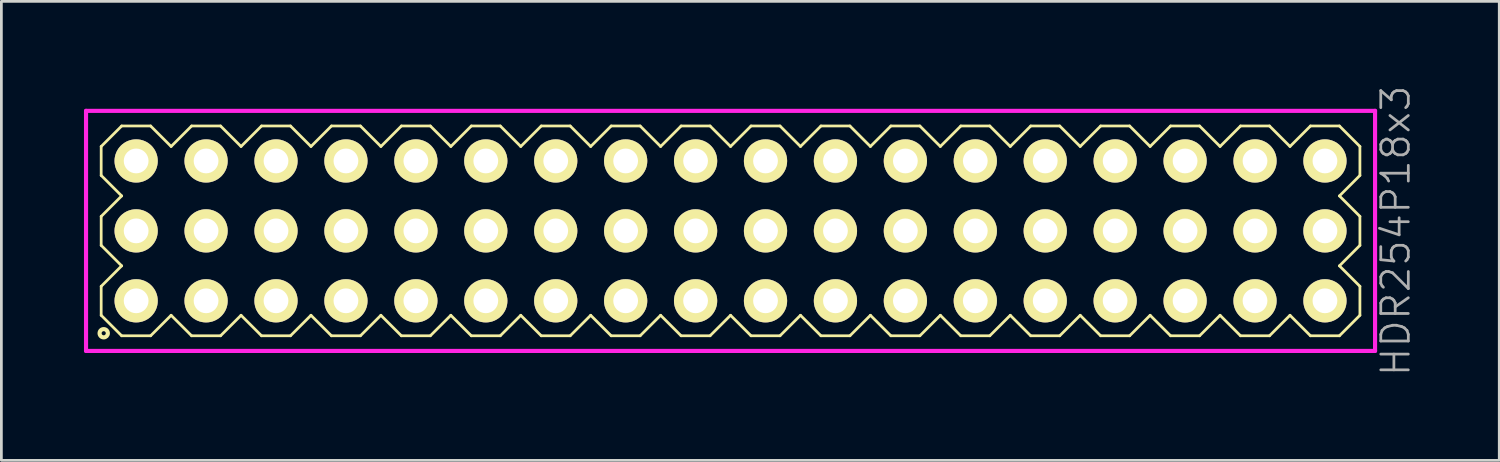
<source format=kicad_pcb>
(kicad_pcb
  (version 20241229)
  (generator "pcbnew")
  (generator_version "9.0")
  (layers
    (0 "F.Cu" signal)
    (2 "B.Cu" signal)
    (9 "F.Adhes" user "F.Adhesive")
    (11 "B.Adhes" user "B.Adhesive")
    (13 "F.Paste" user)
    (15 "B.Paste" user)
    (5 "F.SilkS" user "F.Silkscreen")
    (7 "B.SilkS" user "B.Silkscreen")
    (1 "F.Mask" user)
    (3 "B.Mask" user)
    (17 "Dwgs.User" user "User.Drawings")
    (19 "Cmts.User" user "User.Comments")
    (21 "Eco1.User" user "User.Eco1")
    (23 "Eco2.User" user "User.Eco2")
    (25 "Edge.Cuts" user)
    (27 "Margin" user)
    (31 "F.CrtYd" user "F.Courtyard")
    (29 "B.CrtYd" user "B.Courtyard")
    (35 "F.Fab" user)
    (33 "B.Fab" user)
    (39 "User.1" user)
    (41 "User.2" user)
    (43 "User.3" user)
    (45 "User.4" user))
  (footprint "HDR254P18x3"
    (layer "F.Cu")
    (at 23.485 5.336)
    (property "Reference" "HDR254P18x3" (at 24.16 0 90) (layer "F.Fab") (effects (font (size 1 1) (thickness 0.1))))
    (attr through_hole)
    (fp_line (start -22.86 -3.066) (end -22.116 -3.81) (stroke (width 0.1) (type solid)) (layer "F.SilkS"))
    (fp_line (start -22.86 -2.014) (end -22.86 -3.066) (stroke (width 0.1) (type solid)) (layer "F.SilkS"))
    (fp_line (start -22.86 -0.526) (end -22.116 -1.27) (stroke (width 0.1) (type solid)) (layer "F.SilkS"))
    (fp_line (start -22.86 0.526) (end -22.86 -0.526) (stroke (width 0.1) (type solid)) (layer "F.SilkS"))
    (fp_line (start -22.86 2.014) (end -22.116 1.27) (stroke (width 0.1) (type solid)) (layer "F.SilkS"))
    (fp_line (start -22.86 3.066) (end -22.86 2.014) (stroke (width 0.1) (type solid)) (layer "F.SilkS"))
    (fp_line (start -22.116 -3.81) (end -21.064 -3.81) (stroke (width 0.1) (type solid)) (layer "F.SilkS"))
    (fp_line (start -22.116 -1.27) (end -22.86 -2.014) (stroke (width 0.1) (type solid)) (layer "F.SilkS"))
    (fp_line (start -22.116 1.27) (end -22.86 0.526) (stroke (width 0.1) (type solid)) (layer "F.SilkS"))
    (fp_line (start -22.116 3.81) (end -22.86 3.066) (stroke (width 0.1) (type solid)) (layer "F.SilkS"))
    (fp_line (start -21.064 -3.81) (end -20.32 -3.066) (stroke (width 0.1) (type solid)) (layer "F.SilkS"))
    (fp_line (start -21.064 3.81) (end -22.116 3.81) (stroke (width 0.1) (type solid)) (layer "F.SilkS"))
    (fp_line (start -20.32 -3.066) (end -19.576 -3.81) (stroke (width 0.1) (type solid)) (layer "F.SilkS"))
    (fp_line (start -20.32 3.066) (end -21.064 3.81) (stroke (width 0.1) (type solid)) (layer "F.SilkS"))
    (fp_line (start -19.576 -3.81) (end -18.524 -3.81) (stroke (width 0.1) (type solid)) (layer "F.SilkS"))
    (fp_line (start -19.576 3.81) (end -20.32 3.066) (stroke (width 0.1) (type solid)) (layer "F.SilkS"))
    (fp_line (start -18.524 -3.81) (end -17.78 -3.066) (stroke (width 0.1) (type solid)) (layer "F.SilkS"))
    (fp_line (start -18.524 3.81) (end -19.576 3.81) (stroke (width 0.1) (type solid)) (layer "F.SilkS"))
    (fp_line (start -17.78 -3.066) (end -17.036 -3.81) (stroke (width 0.1) (type solid)) (layer "F.SilkS"))
    (fp_line (start -17.78 3.066) (end -18.524 3.81) (stroke (width 0.1) (type solid)) (layer "F.SilkS"))
    (fp_line (start -17.036 -3.81) (end -15.984 -3.81) (stroke (width 0.1) (type solid)) (layer "F.SilkS"))
    (fp_line (start -17.036 3.81) (end -17.78 3.066) (stroke (width 0.1) (type solid)) (layer "F.SilkS"))
    (fp_line (start -15.984 -3.81) (end -15.24 -3.066) (stroke (width 0.1) (type solid)) (layer "F.SilkS"))
    (fp_line (start -15.984 3.81) (end -17.036 3.81) (stroke (width 0.1) (type solid)) (layer "F.SilkS"))
    (fp_line (start -15.24 -3.066) (end -14.496 -3.81) (stroke (width 0.1) (type solid)) (layer "F.SilkS"))
    (fp_line (start -15.24 3.066) (end -15.984 3.81) (stroke (width 0.1) (type solid)) (layer "F.SilkS"))
    (fp_line (start -14.496 -3.81) (end -13.444 -3.81) (stroke (width 0.1) (type solid)) (layer "F.SilkS"))
    (fp_line (start -14.496 3.81) (end -15.24 3.066) (stroke (width 0.1) (type solid)) (layer "F.SilkS"))
    (fp_line (start -13.444 -3.81) (end -12.7 -3.066) (stroke (width 0.1) (type solid)) (layer "F.SilkS"))
    (fp_line (start -13.444 3.81) (end -14.496 3.81) (stroke (width 0.1) (type solid)) (layer "F.SilkS"))
    (fp_line (start -12.7 -3.066) (end -11.956 -3.81) (stroke (width 0.1) (type solid)) (layer "F.SilkS"))
    (fp_line (start -12.7 3.066) (end -13.444 3.81) (stroke (width 0.1) (type solid)) (layer "F.SilkS"))
    (fp_line (start -11.956 -3.81) (end -10.904 -3.81) (stroke (width 0.1) (type solid)) (layer "F.SilkS"))
    (fp_line (start -11.956 3.81) (end -12.7 3.066) (stroke (width 0.1) (type solid)) (layer "F.SilkS"))
    (fp_line (start -10.904 -3.81) (end -10.16 -3.066) (stroke (width 0.1) (type solid)) (layer "F.SilkS"))
    (fp_line (start -10.904 3.81) (end -11.956 3.81) (stroke (width 0.1) (type solid)) (layer "F.SilkS"))
    (fp_line (start -10.16 -3.066) (end -9.416 -3.81) (stroke (width 0.1) (type solid)) (layer "F.SilkS"))
    (fp_line (start -10.16 3.066) (end -10.904 3.81) (stroke (width 0.1) (type solid)) (layer "F.SilkS"))
    (fp_line (start -9.416 -3.81) (end -8.364 -3.81) (stroke (width 0.1) (type solid)) (layer "F.SilkS"))
    (fp_line (start -9.416 3.81) (end -10.16 3.066) (stroke (width 0.1) (type solid)) (layer "F.SilkS"))
    (fp_line (start -8.364 -3.81) (end -7.62 -3.066) (stroke (width 0.1) (type solid)) (layer "F.SilkS"))
    (fp_line (start -8.364 3.81) (end -9.416 3.81) (stroke (width 0.1) (type solid)) (layer "F.SilkS"))
    (fp_line (start -7.62 -3.066) (end -6.876 -3.81) (stroke (width 0.1) (type solid)) (layer "F.SilkS"))
    (fp_line (start -7.62 3.066) (end -8.364 3.81) (stroke (width 0.1) (type solid)) (layer "F.SilkS"))
    (fp_line (start -6.876 -3.81) (end -5.824 -3.81) (stroke (width 0.1) (type solid)) (layer "F.SilkS"))
    (fp_line (start -6.876 3.81) (end -7.62 3.066) (stroke (width 0.1) (type solid)) (layer "F.SilkS"))
    (fp_line (start -5.824 -3.81) (end -5.08 -3.066) (stroke (width 0.1) (type solid)) (layer "F.SilkS"))
    (fp_line (start -5.824 3.81) (end -6.876 3.81) (stroke (width 0.1) (type solid)) (layer "F.SilkS"))
    (fp_line (start -5.08 -3.066) (end -4.336 -3.81) (stroke (width 0.1) (type solid)) (layer "F.SilkS"))
    (fp_line (start -5.08 3.066) (end -5.824 3.81) (stroke (width 0.1) (type solid)) (layer "F.SilkS"))
    (fp_line (start -4.336 -3.81) (end -3.284 -3.81) (stroke (width 0.1) (type solid)) (layer "F.SilkS"))
    (fp_line (start -4.336 3.81) (end -5.08 3.066) (stroke (width 0.1) (type solid)) (layer "F.SilkS"))
    (fp_line (start -3.284 -3.81) (end -2.54 -3.066) (stroke (width 0.1) (type solid)) (layer "F.SilkS"))
    (fp_line (start -3.284 3.81) (end -4.336 3.81) (stroke (width 0.1) (type solid)) (layer "F.SilkS"))
    (fp_line (start -2.54 -3.066) (end -1.796 -3.81) (stroke (width 0.1) (type solid)) (layer "F.SilkS"))
    (fp_line (start -2.54 3.066) (end -3.284 3.81) (stroke (width 0.1) (type solid)) (layer "F.SilkS"))
    (fp_line (start -1.796 -3.81) (end -0.744 -3.81) (stroke (width 0.1) (type solid)) (layer "F.SilkS"))
    (fp_line (start -1.796 3.81) (end -2.54 3.066) (stroke (width 0.1) (type solid)) (layer "F.SilkS"))
    (fp_line (start -0.744 -3.81) (end 0 -3.066) (stroke (width 0.1) (type solid)) (layer "F.SilkS"))
    (fp_line (start -0.744 3.81) (end -1.796 3.81) (stroke (width 0.1) (type solid)) (layer "F.SilkS"))
    (fp_line (start 0 -3.066) (end 0.744 -3.81) (stroke (width 0.1) (type solid)) (layer "F.SilkS"))
    (fp_line (start 0 3.066) (end -0.744 3.81) (stroke (width 0.1) (type solid)) (layer "F.SilkS"))
    (fp_line (start 0.744 -3.81) (end 1.796 -3.81) (stroke (width 0.1) (type solid)) (layer "F.SilkS"))
    (fp_line (start 0.744 3.81) (end 0 3.066) (stroke (width 0.1) (type solid)) (layer "F.SilkS"))
    (fp_line (start 1.796 -3.81) (end 2.54 -3.066) (stroke (width 0.1) (type solid)) (layer "F.SilkS"))
    (fp_line (start 1.796 3.81) (end 0.744 3.81) (stroke (width 0.1) (type solid)) (layer "F.SilkS"))
    (fp_line (start 2.54 -3.066) (end 3.284 -3.81) (stroke (width 0.1) (type solid)) (layer "F.SilkS"))
    (fp_line (start 2.54 3.066) (end 1.796 3.81) (stroke (width 0.1) (type solid)) (layer "F.SilkS"))
    (fp_line (start 3.284 -3.81) (end 4.336 -3.81) (stroke (width 0.1) (type solid)) (layer "F.SilkS"))
    (fp_line (start 3.284 3.81) (end 2.54 3.066) (stroke (width 0.1) (type solid)) (layer "F.SilkS"))
    (fp_line (start 4.336 -3.81) (end 5.08 -3.066) (stroke (width 0.1) (type solid)) (layer "F.SilkS"))
    (fp_line (start 4.336 3.81) (end 3.284 3.81) (stroke (width 0.1) (type solid)) (layer "F.SilkS"))
    (fp_line (start 5.08 -3.066) (end 5.824 -3.81) (stroke (width 0.1) (type solid)) (layer "F.SilkS"))
    (fp_line (start 5.08 3.066) (end 4.336 3.81) (stroke (width 0.1) (type solid)) (layer "F.SilkS"))
    (fp_line (start 5.824 -3.81) (end 6.876 -3.81) (stroke (width 0.1) (type solid)) (layer "F.SilkS"))
    (fp_line (start 5.824 3.81) (end 5.08 3.066) (stroke (width 0.1) (type solid)) (layer "F.SilkS"))
    (fp_line (start 6.876 -3.81) (end 7.62 -3.066) (stroke (width 0.1) (type solid)) (layer "F.SilkS"))
    (fp_line (start 6.876 3.81) (end 5.824 3.81) (stroke (width 0.1) (type solid)) (layer "F.SilkS"))
    (fp_line (start 7.62 -3.066) (end 8.364 -3.81) (stroke (width 0.1) (type solid)) (layer "F.SilkS"))
    (fp_line (start 7.62 3.066) (end 6.876 3.81) (stroke (width 0.1) (type solid)) (layer "F.SilkS"))
    (fp_line (start 8.364 -3.81) (end 9.416 -3.81) (stroke (width 0.1) (type solid)) (layer "F.SilkS"))
    (fp_line (start 8.364 3.81) (end 7.62 3.066) (stroke (width 0.1) (type solid)) (layer "F.SilkS"))
    (fp_line (start 9.416 -3.81) (end 10.16 -3.066) (stroke (width 0.1) (type solid)) (layer "F.SilkS"))
    (fp_line (start 9.416 3.81) (end 8.364 3.81) (stroke (width 0.1) (type solid)) (layer "F.SilkS"))
    (fp_line (start 10.16 -3.066) (end 10.904 -3.81) (stroke (width 0.1) (type solid)) (layer "F.SilkS"))
    (fp_line (start 10.16 3.066) (end 9.416 3.81) (stroke (width 0.1) (type solid)) (layer "F.SilkS"))
    (fp_line (start 10.904 -3.81) (end 11.956 -3.81) (stroke (width 0.1) (type solid)) (layer "F.SilkS"))
    (fp_line (start 10.904 3.81) (end 10.16 3.066) (stroke (width 0.1) (type solid)) (layer "F.SilkS"))
    (fp_line (start 11.956 -3.81) (end 12.7 -3.066) (stroke (width 0.1) (type solid)) (layer "F.SilkS"))
    (fp_line (start 11.956 3.81) (end 10.904 3.81) (stroke (width 0.1) (type solid)) (layer "F.SilkS"))
    (fp_line (start 12.7 -3.066) (end 13.444 -3.81) (stroke (width 0.1) (type solid)) (layer "F.SilkS"))
    (fp_line (start 12.7 3.066) (end 11.956 3.81) (stroke (width 0.1) (type solid)) (layer "F.SilkS"))
    (fp_line (start 13.444 -3.81) (end 14.496 -3.81) (stroke (width 0.1) (type solid)) (layer "F.SilkS"))
    (fp_line (start 13.444 3.81) (end 12.7 3.066) (stroke (width 0.1) (type solid)) (layer "F.SilkS"))
    (fp_line (start 14.496 -3.81) (end 15.24 -3.066) (stroke (width 0.1) (type solid)) (layer "F.SilkS"))
    (fp_line (start 14.496 3.81) (end 13.444 3.81) (stroke (width 0.1) (type solid)) (layer "F.SilkS"))
    (fp_line (start 15.24 -3.066) (end 15.984 -3.81) (stroke (width 0.1) (type solid)) (layer "F.SilkS"))
    (fp_line (start 15.24 3.066) (end 14.496 3.81) (stroke (width 0.1) (type solid)) (layer "F.SilkS"))
    (fp_line (start 15.984 -3.81) (end 17.036 -3.81) (stroke (width 0.1) (type solid)) (layer "F.SilkS"))
    (fp_line (start 15.984 3.81) (end 15.24 3.066) (stroke (width 0.1) (type solid)) (layer "F.SilkS"))
    (fp_line (start 17.036 -3.81) (end 17.78 -3.066) (stroke (width 0.1) (type solid)) (layer "F.SilkS"))
    (fp_line (start 17.036 3.81) (end 15.984 3.81) (stroke (width 0.1) (type solid)) (layer "F.SilkS"))
    (fp_line (start 17.78 -3.066) (end 18.524 -3.81) (stroke (width 0.1) (type solid)) (layer "F.SilkS"))
    (fp_line (start 17.78 3.066) (end 17.036 3.81) (stroke (width 0.1) (type solid)) (layer "F.SilkS"))
    (fp_line (start 18.524 -3.81) (end 19.576 -3.81) (stroke (width 0.1) (type solid)) (layer "F.SilkS"))
    (fp_line (start 18.524 3.81) (end 17.78 3.066) (stroke (width 0.1) (type solid)) (layer "F.SilkS"))
    (fp_line (start 19.576 -3.81) (end 20.32 -3.066) (stroke (width 0.1) (type solid)) (layer "F.SilkS"))
    (fp_line (start 19.576 3.81) (end 18.524 3.81) (stroke (width 0.1) (type solid)) (layer "F.SilkS"))
    (fp_line (start 20.32 -3.066) (end 21.064 -3.81) (stroke (width 0.1) (type solid)) (layer "F.SilkS"))
    (fp_line (start 20.32 3.066) (end 19.576 3.81) (stroke (width 0.1) (type solid)) (layer "F.SilkS"))
    (fp_line (start 21.064 -3.81) (end 22.116 -3.81) (stroke (width 0.1) (type solid)) (layer "F.SilkS"))
    (fp_line (start 21.064 3.81) (end 20.32 3.066) (stroke (width 0.1) (type solid)) (layer "F.SilkS"))
    (fp_line (start 22.116 -3.81) (end 22.86 -3.066) (stroke (width 0.1) (type solid)) (layer "F.SilkS"))
    (fp_line (start 22.116 -1.27) (end 22.86 -0.526) (stroke (width 0.1) (type solid)) (layer "F.SilkS"))
    (fp_line (start 22.116 1.27) (end 22.86 2.014) (stroke (width 0.1) (type solid)) (layer "F.SilkS"))
    (fp_line (start 22.116 3.81) (end 21.064 3.81) (stroke (width 0.1) (type solid)) (layer "F.SilkS"))
    (fp_line (start 22.86 -3.066) (end 22.86 -2.014) (stroke (width 0.1) (type solid)) (layer "F.SilkS"))
    (fp_line (start 22.86 -2.014) (end 22.116 -1.27) (stroke (width 0.1) (type solid)) (layer "F.SilkS"))
    (fp_line (start 22.86 -0.526) (end 22.86 0.526) (stroke (width 0.1) (type solid)) (layer "F.SilkS"))
    (fp_line (start 22.86 0.526) (end 22.116 1.27) (stroke (width 0.1) (type solid)) (layer "F.SilkS"))
    (fp_line (start 22.86 2.014) (end 22.86 3.066) (stroke (width 0.1) (type solid)) (layer "F.SilkS"))
    (fp_line (start 22.86 3.066) (end 22.116 3.81) (stroke (width 0.1) (type solid)) (layer "F.SilkS"))
    (fp_circle (center -22.768 3.718) (end -22.618 3.718) (stroke (width 0.15) (type solid)) (fill no) (layer "F.SilkS"))
    (fp_line (start -23.41 -4.36) (end -23.41 4.36) (stroke (width 0.15) (type solid)) (layer "F.CrtYd"))
    (fp_line (start -23.41 4.36) (end 23.41 4.36) (stroke (width 0.15) (type solid)) (layer "F.CrtYd"))
    (fp_line (start 23.41 -4.36) (end -23.41 -4.36) (stroke (width 0.15) (type solid)) (layer "F.CrtYd"))
    (fp_line (start 23.41 4.36) (end 23.41 -4.36) (stroke (width 0.15) (type solid)) (layer "F.CrtYd"))
    (pad "1" thru_hole oval (at -21.59 2.54) (size 1.57 1.57) (drill 0.9) (layers "*.Cu" "*.Mask" "F.SilkS"))
    (pad "2" thru_hole oval (at -21.59 0) (size 1.57 1.57) (drill 0.9) (layers "*.Cu" "*.Mask" "F.SilkS"))
    (pad "3" thru_hole oval (at -21.59 -2.54) (size 1.57 1.57) (drill 0.9) (layers "*.Cu" "*.Mask" "F.SilkS"))
    (pad "4" thru_hole oval (at -19.05 2.54) (size 1.57 1.57) (drill 0.9) (layers "*.Cu" "*.Mask" "F.SilkS"))
    (pad "5" thru_hole oval (at -19.05 0) (size 1.57 1.57) (drill 0.9) (layers "*.Cu" "*.Mask" "F.SilkS"))
    (pad "6" thru_hole oval (at -19.05 -2.54) (size 1.57 1.57) (drill 0.9) (layers "*.Cu" "*.Mask" "F.SilkS"))
    (pad "7" thru_hole oval (at -16.51 2.54) (size 1.57 1.57) (drill 0.9) (layers "*.Cu" "*.Mask" "F.SilkS"))
    (pad "8" thru_hole oval (at -16.51 0) (size 1.57 1.57) (drill 0.9) (layers "*.Cu" "*.Mask" "F.SilkS"))
    (pad "9" thru_hole oval (at -16.51 -2.54) (size 1.57 1.57) (drill 0.9) (layers "*.Cu" "*.Mask" "F.SilkS"))
    (pad "10" thru_hole oval (at -13.97 2.54) (size 1.57 1.57) (drill 0.9) (layers "*.Cu" "*.Mask" "F.SilkS"))
    (pad "11" thru_hole oval (at -13.97 0) (size 1.57 1.57) (drill 0.9) (layers "*.Cu" "*.Mask" "F.SilkS"))
    (pad "12" thru_hole oval (at -13.97 -2.54) (size 1.57 1.57) (drill 0.9) (layers "*.Cu" "*.Mask" "F.SilkS"))
    (pad "13" thru_hole oval (at -11.43 2.54) (size 1.57 1.57) (drill 0.9) (layers "*.Cu" "*.Mask" "F.SilkS"))
    (pad "14" thru_hole oval (at -11.43 0) (size 1.57 1.57) (drill 0.9) (layers "*.Cu" "*.Mask" "F.SilkS"))
    (pad "15" thru_hole oval (at -11.43 -2.54) (size 1.57 1.57) (drill 0.9) (layers "*.Cu" "*.Mask" "F.SilkS"))
    (pad "16" thru_hole oval (at -8.89 2.54) (size 1.57 1.57) (drill 0.9) (layers "*.Cu" "*.Mask" "F.SilkS"))
    (pad "17" thru_hole oval (at -8.89 0) (size 1.57 1.57) (drill 0.9) (layers "*.Cu" "*.Mask" "F.SilkS"))
    (pad "18" thru_hole oval (at -8.89 -2.54) (size 1.57 1.57) (drill 0.9) (layers "*.Cu" "*.Mask" "F.SilkS"))
    (pad "19" thru_hole oval (at -6.35 2.54) (size 1.57 1.57) (drill 0.9) (layers "*.Cu" "*.Mask" "F.SilkS"))
    (pad "20" thru_hole oval (at -6.35 0) (size 1.57 1.57) (drill 0.9) (layers "*.Cu" "*.Mask" "F.SilkS"))
    (pad "21" thru_hole oval (at -6.35 -2.54) (size 1.57 1.57) (drill 0.9) (layers "*.Cu" "*.Mask" "F.SilkS"))
    (pad "22" thru_hole oval (at -3.81 2.54) (size 1.57 1.57) (drill 0.9) (layers "*.Cu" "*.Mask" "F.SilkS"))
    (pad "23" thru_hole oval (at -3.81 0) (size 1.57 1.57) (drill 0.9) (layers "*.Cu" "*.Mask" "F.SilkS"))
    (pad "24" thru_hole oval (at -3.81 -2.54) (size 1.57 1.57) (drill 0.9) (layers "*.Cu" "*.Mask" "F.SilkS"))
    (pad "25" thru_hole oval (at -1.27 2.54) (size 1.57 1.57) (drill 0.9) (layers "*.Cu" "*.Mask" "F.SilkS"))
    (pad "26" thru_hole oval (at -1.27 0) (size 1.57 1.57) (drill 0.9) (layers "*.Cu" "*.Mask" "F.SilkS"))
    (pad "27" thru_hole oval (at -1.27 -2.54) (size 1.57 1.57) (drill 0.9) (layers "*.Cu" "*.Mask" "F.SilkS"))
    (pad "28" thru_hole oval (at 1.27 2.54) (size 1.57 1.57) (drill 0.9) (layers "*.Cu" "*.Mask" "F.SilkS"))
    (pad "29" thru_hole oval (at 1.27 0) (size 1.57 1.57) (drill 0.9) (layers "*.Cu" "*.Mask" "F.SilkS"))
    (pad "30" thru_hole oval (at 1.27 -2.54) (size 1.57 1.57) (drill 0.9) (layers "*.Cu" "*.Mask" "F.SilkS"))
    (pad "31" thru_hole oval (at 3.81 2.54) (size 1.57 1.57) (drill 0.9) (layers "*.Cu" "*.Mask" "F.SilkS"))
    (pad "32" thru_hole oval (at 3.81 0) (size 1.57 1.57) (drill 0.9) (layers "*.Cu" "*.Mask" "F.SilkS"))
    (pad "33" thru_hole oval (at 3.81 -2.54) (size 1.57 1.57) (drill 0.9) (layers "*.Cu" "*.Mask" "F.SilkS"))
    (pad "34" thru_hole oval (at 6.35 2.54) (size 1.57 1.57) (drill 0.9) (layers "*.Cu" "*.Mask" "F.SilkS"))
    (pad "35" thru_hole oval (at 6.35 0) (size 1.57 1.57) (drill 0.9) (layers "*.Cu" "*.Mask" "F.SilkS"))
    (pad "36" thru_hole oval (at 6.35 -2.54) (size 1.57 1.57) (drill 0.9) (layers "*.Cu" "*.Mask" "F.SilkS"))
    (pad "37" thru_hole oval (at 8.89 2.54) (size 1.57 1.57) (drill 0.9) (layers "*.Cu" "*.Mask" "F.SilkS"))
    (pad "38" thru_hole oval (at 8.89 0) (size 1.57 1.57) (drill 0.9) (layers "*.Cu" "*.Mask" "F.SilkS"))
    (pad "39" thru_hole oval (at 8.89 -2.54) (size 1.57 1.57) (drill 0.9) (layers "*.Cu" "*.Mask" "F.SilkS"))
    (pad "40" thru_hole oval (at 11.43 2.54) (size 1.57 1.57) (drill 0.9) (layers "*.Cu" "*.Mask" "F.SilkS"))
    (pad "41" thru_hole oval (at 11.43 0) (size 1.57 1.57) (drill 0.9) (layers "*.Cu" "*.Mask" "F.SilkS"))
    (pad "42" thru_hole oval (at 11.43 -2.54) (size 1.57 1.57) (drill 0.9) (layers "*.Cu" "*.Mask" "F.SilkS"))
    (pad "43" thru_hole oval (at 13.97 2.54) (size 1.57 1.57) (drill 0.9) (layers "*.Cu" "*.Mask" "F.SilkS"))
    (pad "44" thru_hole oval (at 13.97 0) (size 1.57 1.57) (drill 0.9) (layers "*.Cu" "*.Mask" "F.SilkS"))
    (pad "45" thru_hole oval (at 13.97 -2.54) (size 1.57 1.57) (drill 0.9) (layers "*.Cu" "*.Mask" "F.SilkS"))
    (pad "46" thru_hole oval (at 16.51 2.54) (size 1.57 1.57) (drill 0.9) (layers "*.Cu" "*.Mask" "F.SilkS"))
    (pad "47" thru_hole oval (at 16.51 0) (size 1.57 1.57) (drill 0.9) (layers "*.Cu" "*.Mask" "F.SilkS"))
    (pad "48" thru_hole oval (at 16.51 -2.54) (size 1.57 1.57) (drill 0.9) (layers "*.Cu" "*.Mask" "F.SilkS"))
    (pad "49" thru_hole oval (at 19.05 2.54) (size 1.57 1.57) (drill 0.9) (layers "*.Cu" "*.Mask" "F.SilkS"))
    (pad "50" thru_hole oval (at 19.05 0) (size 1.57 1.57) (drill 0.9) (layers "*.Cu" "*.Mask" "F.SilkS"))
    (pad "51" thru_hole oval (at 19.05 -2.54) (size 1.57 1.57) (drill 0.9) (layers "*.Cu" "*.Mask" "F.SilkS"))
    (pad "52" thru_hole oval (at 21.59 2.54) (size 1.57 1.57) (drill 0.9) (layers "*.Cu" "*.Mask" "F.SilkS"))
    (pad "53" thru_hole oval (at 21.59 0) (size 1.57 1.57) (drill 0.9) (layers "*.Cu" "*.Mask" "F.SilkS"))
    (pad "54" thru_hole oval (at 21.59 -2.54) (size 1.57 1.57) (drill 0.9) (layers "*.Cu" "*.Mask" "F.SilkS")))
  (gr_rect
    (start -3 -3)
    (end 51.406 13.671)
    (stroke (width 0.1) (type default))
    (fill no)
    (layer "Edge.Cuts")))
</source>
